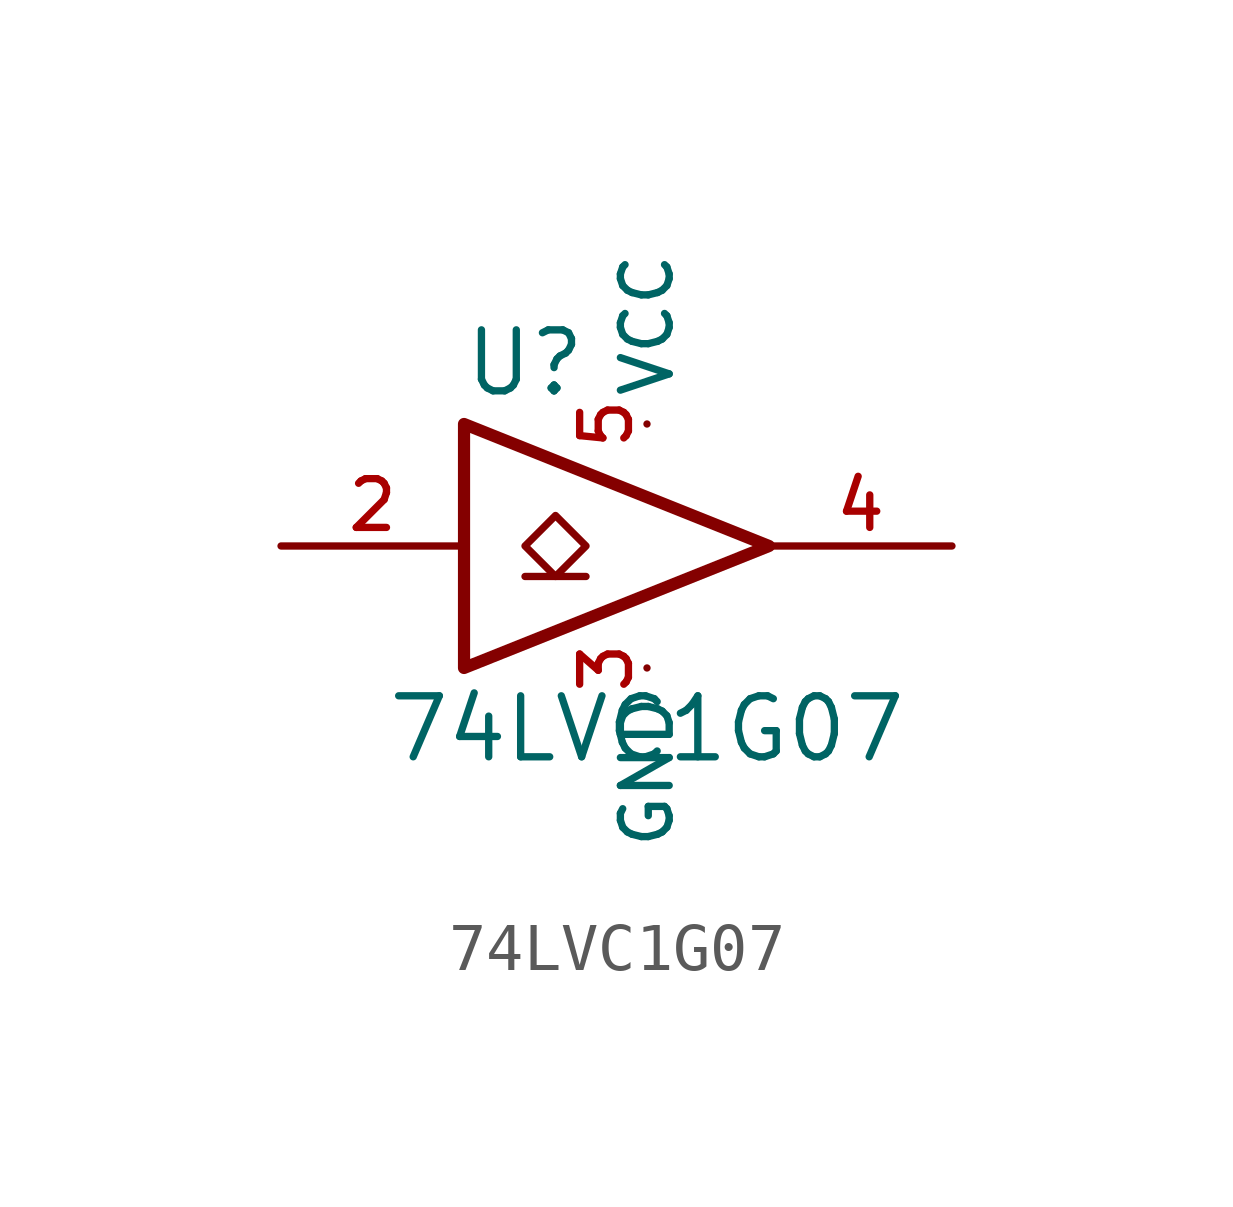
<source format=kicad_sym>
(kicad_symbol_lib
  (version 20220914)
  (generator kicad_symbol_editor)
  (symbol "74LVC1G07"
    (property "Reference" "U"
      (at -2.54 3.81 0)
      (effects (font (size 1.27 1.27))))
    (property "Value" "74LVC1G07"
      (at 0 -3.81 0)
      (effects (font (size 1.27 1.27))))
    (symbol "74LVC1G07_0_1"
      (polyline (pts (xy -2.54 -0.635) (xy -1.27 -0.635)) (stroke (width 0) (type default)) (fill (type none)))
      (polyline (pts (xy -3.81 2.54) (xy -3.81 -2.54) (xy 2.54 0) (xy -3.81 2.54)) (stroke (width 0.254) (type default)) (fill (type none)))
      (polyline (pts (xy -1.905 0.635) (xy -2.54 0) (xy -1.905 -0.635) (xy -1.27 0) (xy -1.905 0.635)) (stroke (width 0) (type default)) (fill (type none))))
    (symbol "74LVC1G07_1_1"
      (pin input line (at -7.62 0 0) (length 3.81) (name "~" (effects (font (size 1.016 1.016)))) (number "2" (effects (font (size 1.016 1.016)))))
      (pin power_in line (at 0 -2.54 270) (length 0) (name "GND" (effects (font (size 1.016 1.016)))) (number "3" (effects (font (size 1.016 1.016)))))
      (pin open_collector line (at 6.35 0 180) (length 3.81) (name "~" (effects (font (size 1.016 1.016)))) (number "4" (effects (font (size 1.016 1.016)))))
      (pin power_in line (at 0 2.54 90) (length 0) (name "VCC" (effects (font (size 1.016 1.016)))) (number "5" (effects (font (size 1.016 1.016))))))))
</source>
